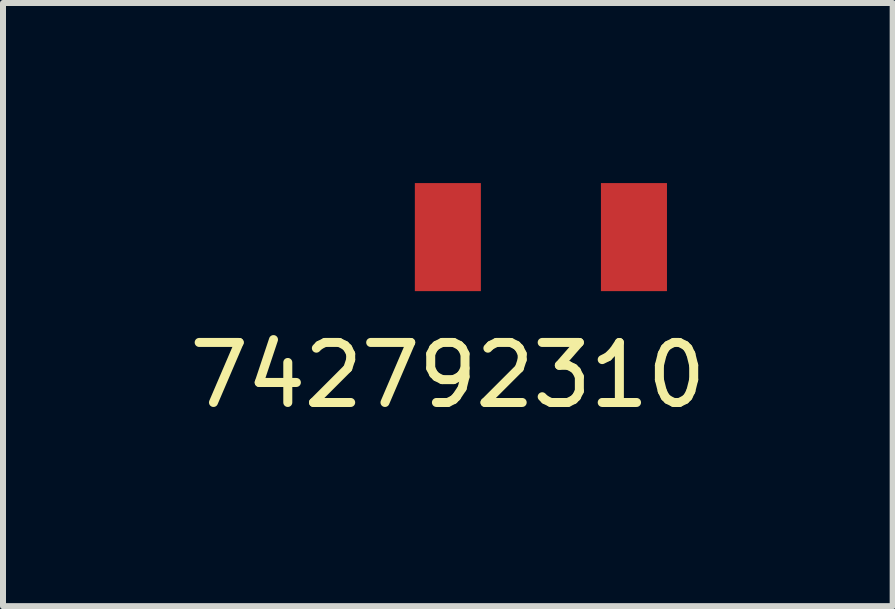
<source format=kicad_pcb>
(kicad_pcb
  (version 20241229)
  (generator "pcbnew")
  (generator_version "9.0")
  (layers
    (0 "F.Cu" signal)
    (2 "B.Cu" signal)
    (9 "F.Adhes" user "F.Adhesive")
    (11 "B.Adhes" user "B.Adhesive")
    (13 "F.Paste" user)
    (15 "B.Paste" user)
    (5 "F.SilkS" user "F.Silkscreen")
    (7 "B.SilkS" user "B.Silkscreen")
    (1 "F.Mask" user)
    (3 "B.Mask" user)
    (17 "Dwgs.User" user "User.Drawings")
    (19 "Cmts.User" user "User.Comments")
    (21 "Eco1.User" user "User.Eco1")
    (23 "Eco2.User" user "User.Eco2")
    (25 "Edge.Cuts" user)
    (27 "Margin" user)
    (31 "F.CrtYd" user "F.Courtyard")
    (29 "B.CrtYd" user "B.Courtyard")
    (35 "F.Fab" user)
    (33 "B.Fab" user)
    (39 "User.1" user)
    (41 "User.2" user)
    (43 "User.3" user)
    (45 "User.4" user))
  (footprint "742792310"
    (layer "F.Cu")
    (at 4.411 0.9)
    (property "Reference" "742792310" (at 0 2.3 0) (layer "F.SilkS") (effects (font (size 1 1) (thickness 0.15))))
    (attr through_hole)
    (pad "1" smd rect (at 0 0) (size 1.1 1.8) (layers "F.Cu" "F.Mask" "F.Paste"))
    (pad "2" smd rect (at 3.1 0) (size 1.1 1.8) (layers "F.Cu" "F.Mask" "F.Paste")))
  (gr_rect
    (start -3 -3)
    (end 11.821 7.048)
    (stroke (width 0.1) (type default))
    (fill no)
    (layer "Edge.Cuts")))
</source>
